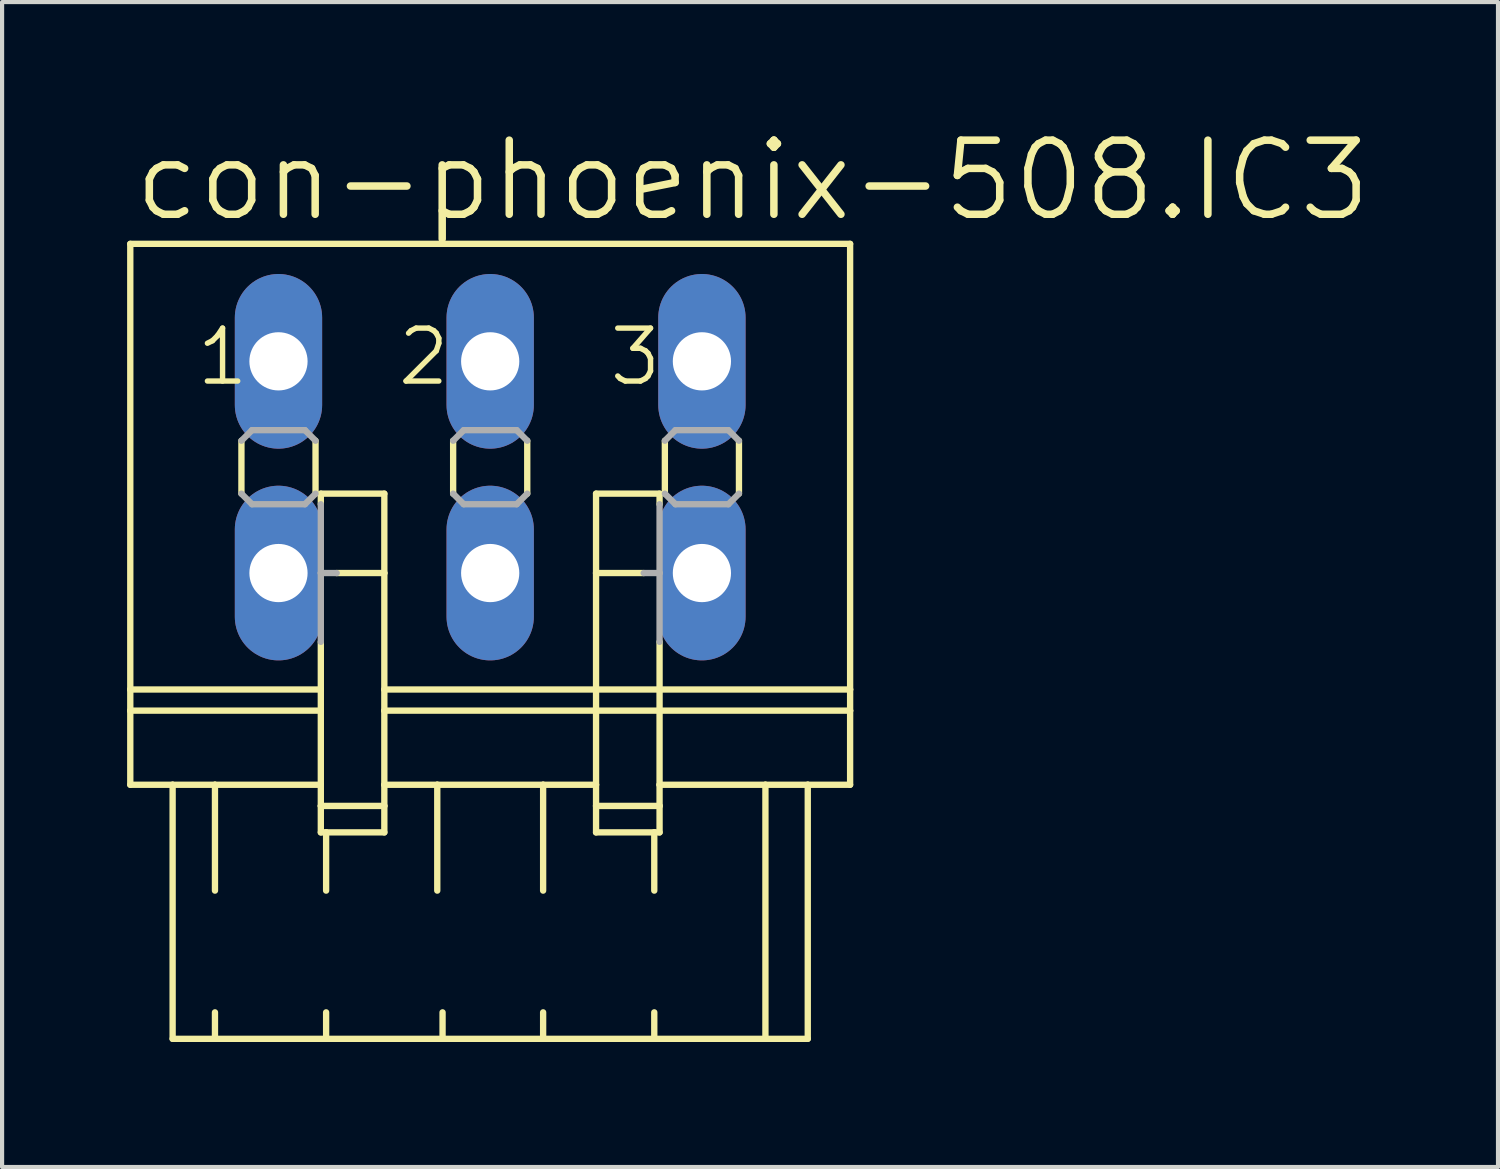
<source format=kicad_pcb>
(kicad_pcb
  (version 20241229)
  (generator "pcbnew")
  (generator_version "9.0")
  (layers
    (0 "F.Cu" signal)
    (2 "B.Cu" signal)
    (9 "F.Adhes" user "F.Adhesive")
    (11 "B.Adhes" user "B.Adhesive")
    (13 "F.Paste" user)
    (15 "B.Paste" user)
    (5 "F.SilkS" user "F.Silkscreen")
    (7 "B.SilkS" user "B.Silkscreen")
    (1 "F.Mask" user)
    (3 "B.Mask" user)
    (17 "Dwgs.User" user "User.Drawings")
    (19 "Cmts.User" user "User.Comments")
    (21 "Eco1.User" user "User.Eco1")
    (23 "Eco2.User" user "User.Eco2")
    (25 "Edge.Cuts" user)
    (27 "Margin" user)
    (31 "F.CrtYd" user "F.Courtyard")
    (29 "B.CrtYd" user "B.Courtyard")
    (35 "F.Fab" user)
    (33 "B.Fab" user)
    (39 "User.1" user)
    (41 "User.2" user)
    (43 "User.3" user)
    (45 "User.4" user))
  (footprint "con-phoenix-508.IC3"
    (layer "F.Cu")
    (at 8.712 8.16)
    (property "Reference" "con-phoenix-508.IC3" (at -8.636 -5.842 0) (layer "F.SilkS") (effects (font (size 1.778 1.778) (thickness 0.18)) (justify left bottom)))
    (attr through_hole)
    (fp_line (start -8.636 -5.359) (end -8.636 5.334) (stroke (width 0.152) (type default)) (layer "F.SilkS"))
    (fp_line (start -8.636 -5.359) (end 8.636 -5.359) (stroke (width 0.152) (type default)) (layer "F.SilkS"))
    (fp_line (start -8.636 5.334) (end -8.636 5.842) (stroke (width 0.152) (type default)) (layer "F.SilkS"))
    (fp_line (start -8.636 5.334) (end -4.064 5.334) (stroke (width 0.152) (type default)) (layer "F.SilkS"))
    (fp_line (start -8.636 5.842) (end -8.636 7.62) (stroke (width 0.152) (type default)) (layer "F.SilkS"))
    (fp_line (start -8.636 5.842) (end -4.064 5.842) (stroke (width 0.152) (type default)) (layer "F.SilkS"))
    (fp_line (start -8.636 7.62) (end -7.62 7.62) (stroke (width 0.152) (type default)) (layer "F.SilkS"))
    (fp_line (start -7.62 7.62) (end -7.62 13.716) (stroke (width 0.152) (type default)) (layer "F.SilkS"))
    (fp_line (start -7.62 7.62) (end -6.604 7.62) (stroke (width 0.152) (type default)) (layer "F.SilkS"))
    (fp_line (start -7.62 13.716) (end -6.604 13.716) (stroke (width 0.152) (type default)) (layer "F.SilkS"))
    (fp_line (start -6.604 7.62) (end -6.604 10.16) (stroke (width 0.152) (type default)) (layer "F.SilkS"))
    (fp_line (start -6.604 7.62) (end -4.064 7.62) (stroke (width 0.152) (type default)) (layer "F.SilkS"))
    (fp_line (start -6.604 13.081) (end -6.604 13.716) (stroke (width 0.152) (type default)) (layer "F.SilkS"))
    (fp_line (start -6.604 13.716) (end -3.937 13.716) (stroke (width 0.152) (type default)) (layer "F.SilkS"))
    (fp_line (start -5.969 -0.635) (end -5.969 0.635) (stroke (width 0.152) (type default)) (layer "F.SilkS"))
    (fp_line (start -4.191 -0.635) (end -4.191 0.635) (stroke (width 0.152) (type default)) (layer "F.SilkS"))
    (fp_line (start -4.064 0.635) (end -4.064 0.889) (stroke (width 0.152) (type default)) (layer "F.SilkS"))
    (fp_line (start -4.064 0.635) (end -2.54 0.635) (stroke (width 0.152) (type default)) (layer "F.SilkS"))
    (fp_line (start -4.064 4.191) (end -4.064 5.334) (stroke (width 0.152) (type default)) (layer "F.SilkS"))
    (fp_line (start -4.064 5.842) (end -4.064 5.334) (stroke (width 0.152) (type default)) (layer "F.SilkS"))
    (fp_line (start -4.064 7.62) (end -4.064 5.842) (stroke (width 0.152) (type default)) (layer "F.SilkS"))
    (fp_line (start -4.064 8.128) (end -4.064 7.62) (stroke (width 0.152) (type default)) (layer "F.SilkS"))
    (fp_line (start -4.064 8.128) (end -2.54 8.128) (stroke (width 0.152) (type default)) (layer "F.SilkS"))
    (fp_line (start -4.064 8.763) (end -4.064 8.128) (stroke (width 0.152) (type default)) (layer "F.SilkS"))
    (fp_line (start -3.937 8.763) (end -4.064 8.763) (stroke (width 0.152) (type default)) (layer "F.SilkS"))
    (fp_line (start -3.937 8.763) (end -3.937 10.16) (stroke (width 0.152) (type default)) (layer "F.SilkS"))
    (fp_line (start -3.937 13.081) (end -3.937 13.716) (stroke (width 0.152) (type default)) (layer "F.SilkS"))
    (fp_line (start -3.937 13.716) (end -1.143 13.716) (stroke (width 0.152) (type default)) (layer "F.SilkS"))
    (fp_line (start -2.54 0.635) (end -2.54 2.54) (stroke (width 0.152) (type default)) (layer "F.SilkS"))
    (fp_line (start -2.54 2.54) (end -3.683 2.54) (stroke (width 0.152) (type default)) (layer "F.SilkS"))
    (fp_line (start -2.54 2.54) (end -2.54 5.334) (stroke (width 0.152) (type default)) (layer "F.SilkS"))
    (fp_line (start -2.54 5.334) (end -2.54 5.842) (stroke (width 0.152) (type default)) (layer "F.SilkS"))
    (fp_line (start -2.54 5.334) (end 2.54 5.334) (stroke (width 0.152) (type default)) (layer "F.SilkS"))
    (fp_line (start -2.54 5.842) (end -2.54 7.62) (stroke (width 0.152) (type default)) (layer "F.SilkS"))
    (fp_line (start -2.54 5.842) (end 2.54 5.842) (stroke (width 0.152) (type default)) (layer "F.SilkS"))
    (fp_line (start -2.54 7.62) (end -2.54 8.128) (stroke (width 0.152) (type default)) (layer "F.SilkS"))
    (fp_line (start -2.54 7.62) (end -1.27 7.62) (stroke (width 0.152) (type default)) (layer "F.SilkS"))
    (fp_line (start -2.54 8.128) (end -2.54 8.763) (stroke (width 0.152) (type default)) (layer "F.SilkS"))
    (fp_line (start -2.54 8.763) (end -3.937 8.763) (stroke (width 0.152) (type default)) (layer "F.SilkS"))
    (fp_line (start -1.27 7.62) (end -1.27 10.16) (stroke (width 0.152) (type default)) (layer "F.SilkS"))
    (fp_line (start -1.27 7.62) (end 1.27 7.62) (stroke (width 0.152) (type default)) (layer "F.SilkS"))
    (fp_line (start -1.143 13.081) (end -1.143 13.716) (stroke (width 0.152) (type default)) (layer "F.SilkS"))
    (fp_line (start -1.143 13.716) (end 1.27 13.716) (stroke (width 0.152) (type default)) (layer "F.SilkS"))
    (fp_line (start -0.889 -0.635) (end -0.889 0.635) (stroke (width 0.152) (type default)) (layer "F.SilkS"))
    (fp_line (start 0.889 -0.635) (end 0.889 0.635) (stroke (width 0.152) (type default)) (layer "F.SilkS"))
    (fp_line (start 1.27 7.62) (end 1.27 10.16) (stroke (width 0.152) (type default)) (layer "F.SilkS"))
    (fp_line (start 1.27 7.62) (end 2.54 7.62) (stroke (width 0.152) (type default)) (layer "F.SilkS"))
    (fp_line (start 1.27 13.081) (end 1.27 13.716) (stroke (width 0.152) (type default)) (layer "F.SilkS"))
    (fp_line (start 1.27 13.716) (end 3.937 13.716) (stroke (width 0.152) (type default)) (layer "F.SilkS"))
    (fp_line (start 2.54 0.635) (end 2.54 2.54) (stroke (width 0.152) (type default)) (layer "F.SilkS"))
    (fp_line (start 2.54 2.54) (end 2.54 5.334) (stroke (width 0.152) (type default)) (layer "F.SilkS"))
    (fp_line (start 2.54 2.54) (end 3.683 2.54) (stroke (width 0.152) (type default)) (layer "F.SilkS"))
    (fp_line (start 2.54 5.334) (end 2.54 5.842) (stroke (width 0.152) (type default)) (layer "F.SilkS"))
    (fp_line (start 2.54 5.334) (end 4.064 5.334) (stroke (width 0.152) (type default)) (layer "F.SilkS"))
    (fp_line (start 2.54 5.842) (end 2.54 7.62) (stroke (width 0.152) (type default)) (layer "F.SilkS"))
    (fp_line (start 2.54 5.842) (end 4.064 5.842) (stroke (width 0.152) (type default)) (layer "F.SilkS"))
    (fp_line (start 2.54 7.62) (end 2.54 8.128) (stroke (width 0.152) (type default)) (layer "F.SilkS"))
    (fp_line (start 2.54 8.128) (end 2.54 8.763) (stroke (width 0.152) (type default)) (layer "F.SilkS"))
    (fp_line (start 2.54 8.128) (end 4.064 8.128) (stroke (width 0.152) (type default)) (layer "F.SilkS"))
    (fp_line (start 3.937 8.763) (end 2.54 8.763) (stroke (width 0.152) (type default)) (layer "F.SilkS"))
    (fp_line (start 3.937 8.763) (end 3.937 10.16) (stroke (width 0.152) (type default)) (layer "F.SilkS"))
    (fp_line (start 3.937 13.081) (end 3.937 13.716) (stroke (width 0.152) (type default)) (layer "F.SilkS"))
    (fp_line (start 3.937 13.716) (end 6.604 13.716) (stroke (width 0.152) (type default)) (layer "F.SilkS"))
    (fp_line (start 4.064 0.635) (end 2.54 0.635) (stroke (width 0.152) (type default)) (layer "F.SilkS"))
    (fp_line (start 4.064 0.889) (end 4.064 0.635) (stroke (width 0.152) (type default)) (layer "F.SilkS"))
    (fp_line (start 4.064 4.191) (end 4.064 5.334) (stroke (width 0.152) (type default)) (layer "F.SilkS"))
    (fp_line (start 4.064 5.334) (end 8.636 5.334) (stroke (width 0.152) (type default)) (layer "F.SilkS"))
    (fp_line (start 4.064 5.842) (end 4.064 5.334) (stroke (width 0.152) (type default)) (layer "F.SilkS"))
    (fp_line (start 4.064 5.842) (end 8.636 5.842) (stroke (width 0.152) (type default)) (layer "F.SilkS"))
    (fp_line (start 4.064 7.62) (end 4.064 5.842) (stroke (width 0.152) (type default)) (layer "F.SilkS"))
    (fp_line (start 4.064 7.62) (end 6.604 7.62) (stroke (width 0.152) (type default)) (layer "F.SilkS"))
    (fp_line (start 4.064 8.128) (end 4.064 7.62) (stroke (width 0.152) (type default)) (layer "F.SilkS"))
    (fp_line (start 4.064 8.763) (end 3.937 8.763) (stroke (width 0.152) (type default)) (layer "F.SilkS"))
    (fp_line (start 4.064 8.763) (end 4.064 8.128) (stroke (width 0.152) (type default)) (layer "F.SilkS"))
    (fp_line (start 4.191 -0.635) (end 4.191 0.635) (stroke (width 0.152) (type default)) (layer "F.SilkS"))
    (fp_line (start 5.969 -0.635) (end 5.969 0.635) (stroke (width 0.152) (type default)) (layer "F.SilkS"))
    (fp_line (start 6.604 7.62) (end 6.604 13.716) (stroke (width 0.152) (type default)) (layer "F.SilkS"))
    (fp_line (start 6.604 7.62) (end 7.62 7.62) (stroke (width 0.152) (type default)) (layer "F.SilkS"))
    (fp_line (start 6.604 13.716) (end 7.62 13.716) (stroke (width 0.152) (type default)) (layer "F.SilkS"))
    (fp_line (start 7.62 7.62) (end 7.62 13.716) (stroke (width 0.152) (type default)) (layer "F.SilkS"))
    (fp_line (start 7.62 7.62) (end 8.636 7.62) (stroke (width 0.152) (type default)) (layer "F.SilkS"))
    (fp_line (start 8.636 -5.359) (end 8.636 5.334) (stroke (width 0.152) (type default)) (layer "F.SilkS"))
    (fp_line (start 8.636 5.334) (end 8.636 5.842) (stroke (width 0.152) (type default)) (layer "F.SilkS"))
    (fp_line (start 8.636 5.842) (end 8.636 7.62) (stroke (width 0.152) (type default)) (layer "F.SilkS"))
    (fp_line (start -5.969 -0.635) (end -5.715 -0.889) (stroke (width 0.152) (type default)) (layer "F.Fab"))
    (fp_line (start -5.715 -0.889) (end -4.445 -0.889) (stroke (width 0.152) (type default)) (layer "F.Fab"))
    (fp_line (start -5.715 0.889) (end -5.969 0.635) (stroke (width 0.152) (type default)) (layer "F.Fab"))
    (fp_line (start -4.445 -0.889) (end -4.191 -0.635) (stroke (width 0.152) (type default)) (layer "F.Fab"))
    (fp_line (start -4.445 0.889) (end -5.715 0.889) (stroke (width 0.152) (type default)) (layer "F.Fab"))
    (fp_line (start -4.191 0.635) (end -4.445 0.889) (stroke (width 0.152) (type default)) (layer "F.Fab"))
    (fp_line (start -4.064 2.54) (end -4.064 0.889) (stroke (width 0.152) (type default)) (layer "F.Fab"))
    (fp_line (start -4.064 2.54) (end -3.683 2.54) (stroke (width 0.152) (type default)) (layer "F.Fab"))
    (fp_line (start -4.064 4.191) (end -4.064 2.54) (stroke (width 0.152) (type default)) (layer "F.Fab"))
    (fp_line (start -0.889 -0.635) (end -0.635 -0.889) (stroke (width 0.152) (type default)) (layer "F.Fab"))
    (fp_line (start -0.635 -0.889) (end 0.635 -0.889) (stroke (width 0.152) (type default)) (layer "F.Fab"))
    (fp_line (start -0.635 0.889) (end -0.889 0.635) (stroke (width 0.152) (type default)) (layer "F.Fab"))
    (fp_line (start 0.635 -0.889) (end 0.889 -0.635) (stroke (width 0.152) (type default)) (layer "F.Fab"))
    (fp_line (start 0.635 0.889) (end -0.635 0.889) (stroke (width 0.152) (type default)) (layer "F.Fab"))
    (fp_line (start 0.889 0.635) (end 0.635 0.889) (stroke (width 0.152) (type default)) (layer "F.Fab"))
    (fp_line (start 3.683 2.54) (end 4.064 2.54) (stroke (width 0.152) (type default)) (layer "F.Fab"))
    (fp_line (start 4.064 2.54) (end 4.064 0.889) (stroke (width 0.152) (type default)) (layer "F.Fab"))
    (fp_line (start 4.064 4.191) (end 4.064 2.54) (stroke (width 0.152) (type default)) (layer "F.Fab"))
    (fp_line (start 4.191 -0.635) (end 4.445 -0.889) (stroke (width 0.152) (type default)) (layer "F.Fab"))
    (fp_line (start 4.445 -0.889) (end 5.715 -0.889) (stroke (width 0.152) (type default)) (layer "F.Fab"))
    (fp_line (start 4.445 0.889) (end 4.191 0.635) (stroke (width 0.152) (type default)) (layer "F.Fab"))
    (fp_line (start 5.715 -0.889) (end 5.969 -0.635) (stroke (width 0.152) (type default)) (layer "F.Fab"))
    (fp_line (start 5.715 0.889) (end 4.445 0.889) (stroke (width 0.152) (type default)) (layer "F.Fab"))
    (fp_line (start 5.969 0.635) (end 5.715 0.889) (stroke (width 0.152) (type default)) (layer "F.Fab"))
    (fp_text user "2" (at -2.286 -1.905 0) (layer "F.SilkS") (effects (font (size 1.27 1.27) (thickness 0.13)) (justify left bottom)))
    (fp_text user "3" (at 2.794 -1.905 0) (layer "F.SilkS") (effects (font (size 1.27 1.27) (thickness 0.13)) (justify left bottom)))
    (fp_text user "1" (at -7.112 -1.905 0) (layer "F.SilkS") (effects (font (size 1.27 1.27) (thickness 0.13)) (justify left bottom)))
    (pad "1" thru_hole oval (at -5.08 -2.54 90) (size 4.191 2.095) (drill 1.397) (layers "*.Cu" "*.Mask"))
    (pad "1A" thru_hole oval (at -5.08 2.54 90) (size 4.191 2.095) (drill 1.397) (layers "*.Cu" "*.Mask"))
    (pad "2" thru_hole oval (at 0 -2.54 90) (size 4.191 2.095) (drill 1.397) (layers "*.Cu" "*.Mask"))
    (pad "2A" thru_hole oval (at 0 2.54 90) (size 4.191 2.095) (drill 1.397) (layers "*.Cu" "*.Mask"))
    (pad "3" thru_hole oval (at 5.08 -2.54 90) (size 4.191 2.095) (drill 1.397) (layers "*.Cu" "*.Mask"))
    (pad "3A" thru_hole oval (at 5.08 2.54 90) (size 4.191 2.095) (drill 1.397) (layers "*.Cu" "*.Mask")))
  (gr_rect
    (start -3 -3)
    (end 32.894 24.952)
    (stroke (width 0.1) (type default))
    (fill no)
    (layer "Edge.Cuts")))
</source>
